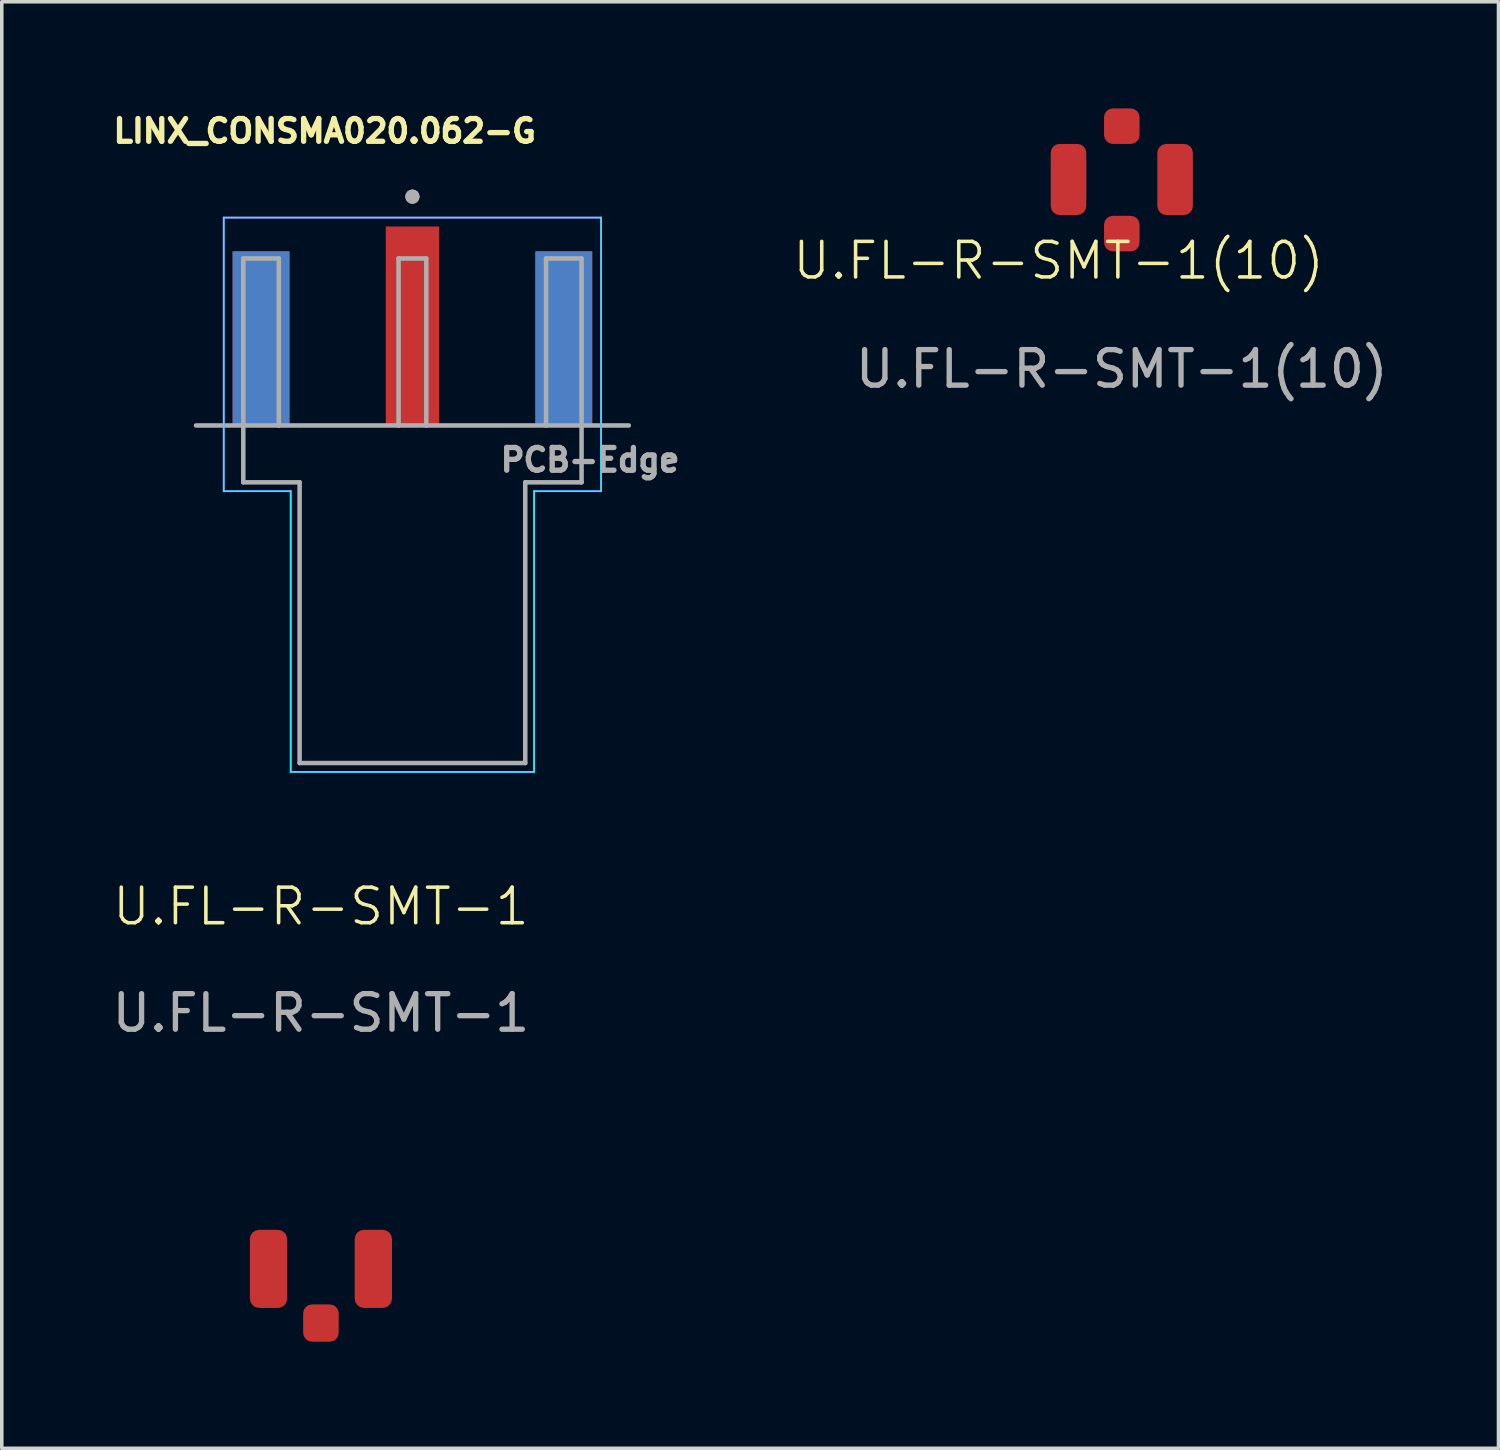
<source format=kicad_pcb>
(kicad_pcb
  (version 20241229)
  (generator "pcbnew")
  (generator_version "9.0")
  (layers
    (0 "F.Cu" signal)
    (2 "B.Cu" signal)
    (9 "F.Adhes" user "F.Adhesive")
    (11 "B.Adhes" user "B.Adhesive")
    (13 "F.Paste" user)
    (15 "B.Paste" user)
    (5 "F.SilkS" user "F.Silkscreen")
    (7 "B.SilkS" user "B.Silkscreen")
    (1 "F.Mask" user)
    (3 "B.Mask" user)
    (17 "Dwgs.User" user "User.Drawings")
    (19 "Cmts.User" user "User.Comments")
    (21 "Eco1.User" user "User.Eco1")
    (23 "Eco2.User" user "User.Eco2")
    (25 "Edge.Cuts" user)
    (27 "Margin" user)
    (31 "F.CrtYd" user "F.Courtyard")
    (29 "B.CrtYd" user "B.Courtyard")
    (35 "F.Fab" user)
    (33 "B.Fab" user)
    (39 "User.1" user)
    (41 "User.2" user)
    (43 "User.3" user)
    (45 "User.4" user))
  (footprint "LINX_CONSMA020.062-G"
    (layer "F.Cu")
    (at 8.557 8.924)
    (property "Reference" "LINX_CONSMA020.062-G" (at -2.468 -8.286 0) (layer "F.SilkS") (effects (font (size 0.64 0.64) (thickness 0.15))))
    (attr through_hole)
    (fp_circle (center 0 -6.44) (end 0.1 -6.44) (stroke (width 0.2) (type solid)) (fill no) (layer "F.SilkS"))
    (fp_line (start -5.31 -5.85) (end -5.31 1.85) (stroke (width 0.05) (type solid)) (layer "B.CrtYd"))
    (fp_line (start -5.31 1.85) (end -3.425 1.85) (stroke (width 0.05) (type solid)) (layer "B.CrtYd"))
    (fp_line (start -3.425 1.85) (end -3.425 9.75) (stroke (width 0.05) (type solid)) (layer "B.CrtYd"))
    (fp_line (start -3.425 9.75) (end 3.425 9.75) (stroke (width 0.05) (type solid)) (layer "B.CrtYd"))
    (fp_line (start 3.425 1.85) (end 3.425 9.75) (stroke (width 0.05) (type solid)) (layer "B.CrtYd"))
    (fp_line (start 5.31 -5.85) (end -5.31 -5.85) (stroke (width 0.05) (type solid)) (layer "B.CrtYd"))
    (fp_line (start 5.31 1.85) (end 3.425 1.85) (stroke (width 0.05) (type solid)) (layer "B.CrtYd"))
    (fp_line (start 5.31 1.85) (end 5.31 -5.85) (stroke (width 0.05) (type solid)) (layer "B.CrtYd"))
    (fp_line (start -5.31 -5.85) (end -5.31 1.85) (stroke (width 0.05) (type solid)) (layer "F.CrtYd"))
    (fp_line (start -5.31 1.85) (end -3.425 1.85) (stroke (width 0.05) (type solid)) (layer "F.CrtYd"))
    (fp_line (start -3.425 1.85) (end -3.425 9.75) (stroke (width 0.05) (type solid)) (layer "F.CrtYd"))
    (fp_line (start -3.425 9.75) (end 3.425 9.75) (stroke (width 0.05) (type solid)) (layer "F.CrtYd"))
    (fp_line (start 3.425 1.85) (end 3.425 9.75) (stroke (width 0.05) (type solid)) (layer "F.CrtYd"))
    (fp_line (start 5.31 -5.85) (end -5.31 -5.85) (stroke (width 0.05) (type solid)) (layer "F.CrtYd"))
    (fp_line (start 5.31 1.85) (end 3.425 1.85) (stroke (width 0.05) (type solid)) (layer "F.CrtYd"))
    (fp_line (start 5.31 1.85) (end 5.31 -5.85) (stroke (width 0.05) (type solid)) (layer "F.CrtYd"))
    (fp_line (start -6.09 0) (end -4.76 0) (stroke (width 0.127) (type solid)) (layer "F.Fab"))
    (fp_line (start -4.76 -4.7) (end -4.76 0) (stroke (width 0.127) (type solid)) (layer "F.Fab"))
    (fp_line (start -4.76 0) (end -3.76 0) (stroke (width 0.127) (type solid)) (layer "F.Fab"))
    (fp_line (start -4.76 1.6) (end -4.76 0) (stroke (width 0.127) (type solid)) (layer "F.Fab"))
    (fp_line (start -3.76 -4.7) (end -4.76 -4.7) (stroke (width 0.127) (type solid)) (layer "F.Fab"))
    (fp_line (start -3.76 0) (end -3.76 -4.7) (stroke (width 0.127) (type solid)) (layer "F.Fab"))
    (fp_line (start -3.76 0) (end -0.39 0) (stroke (width 0.127) (type solid)) (layer "F.Fab"))
    (fp_line (start -3.175 1.6) (end -4.76 1.6) (stroke (width 0.127) (type solid)) (layer "F.Fab"))
    (fp_line (start -3.175 1.6) (end -3.175 9.5) (stroke (width 0.127) (type solid)) (layer "F.Fab"))
    (fp_line (start -3.175 9.5) (end 3.175 9.5) (stroke (width 0.127) (type solid)) (layer "F.Fab"))
    (fp_line (start -0.39 -4.7) (end 0.39 -4.7) (stroke (width 0.127) (type solid)) (layer "F.Fab"))
    (fp_line (start -0.39 0) (end -0.39 -4.7) (stroke (width 0.127) (type solid)) (layer "F.Fab"))
    (fp_line (start -0.39 0) (end 0.39 0) (stroke (width 0.127) (type solid)) (layer "F.Fab"))
    (fp_line (start 0.39 -4.7) (end 0.39 0) (stroke (width 0.127) (type solid)) (layer "F.Fab"))
    (fp_line (start 0.39 0) (end 3.76 0) (stroke (width 0.127) (type solid)) (layer "F.Fab"))
    (fp_line (start 3.175 9.5) (end 3.175 1.6) (stroke (width 0.127) (type solid)) (layer "F.Fab"))
    (fp_line (start 3.76 -4.7) (end 4.76 -4.7) (stroke (width 0.127) (type solid)) (layer "F.Fab"))
    (fp_line (start 3.76 0) (end 3.76 -4.7) (stroke (width 0.127) (type solid)) (layer "F.Fab"))
    (fp_line (start 3.76 0) (end 4.76 0) (stroke (width 0.127) (type solid)) (layer "F.Fab"))
    (fp_line (start 4.76 -4.7) (end 4.76 0) (stroke (width 0.127) (type solid)) (layer "F.Fab"))
    (fp_line (start 4.76 0) (end 4.76 1.6) (stroke (width 0.127) (type solid)) (layer "F.Fab"))
    (fp_line (start 4.76 0) (end 6.09 0) (stroke (width 0.127) (type solid)) (layer "F.Fab"))
    (fp_line (start 4.76 1.6) (end 3.175 1.6) (stroke (width 0.127) (type solid)) (layer "F.Fab"))
    (fp_circle (center 0 -6.44) (end 0.1 -6.44) (stroke (width 0.2) (type solid)) (fill no) (layer "F.Fab"))
    (fp_text user "PCB-Edge" (at 5 0.97 0) (layer "F.Fab") (effects (font (size 0.64 0.64) (thickness 0.15))))
    (pad "1" smd rect (at 0 -2.8) (size 1.5 5.6) (layers "F.Cu" "F.Mask" "F.Paste"))
    (pad "2" smd rect (at -4.26 -2.45) (size 1.6 4.9) (layers "F.Cu" "F.Mask" "F.Paste"))
    (pad "2" smd rect (at -4.26 -2.45) (size 1.6 4.9) (layers "B.Cu" "B.Mask" "B.Paste"))
    (pad "2" smd rect (at 4.26 -2.45) (size 1.6 4.9) (layers "F.Cu" "F.Mask" "F.Paste"))
    (pad "2" smd rect (at 4.26 -2.45) (size 1.6 4.9) (layers "B.Cu" "B.Mask" "B.Paste")))
  (footprint "U.FL-R-SMT-1"
    (layer "F.Cu")
    (at 5.982 32.66)
    (property "Reference" "U.FL-R-SMT-1" (at 0 -10.2 0) (unlocked yes) (layer "F.SilkS") (effects (font (size 1 1) (thickness 0.1))))
    (attr smd)
    (fp_text user "${REFERENCE}" (at 0 -7.2 0) (unlocked yes) (layer "F.Fab") (effects (font (size 1 1) (thickness 0.15))))
    (pad "1" smd roundrect (at 0 1.525) (size 1 1.05) (layers "F.Cu" "F.Mask" "F.Paste") (roundrect_rratio 0.25))
    (pad "2" smd roundrect (at -1.475 0) (size 1.05 2.2) (layers "F.Cu" "F.Mask" "F.Paste") (roundrect_rratio 0.25))
    (pad "2" smd roundrect (at 1.475 0) (size 1.05 2.2) (layers "F.Cu" "F.Mask" "F.Paste") (roundrect_rratio 0.25)))
  (footprint "U.FL-R-SMT-1(10)"
    (layer "F.Cu")
    (at 28.521 2)
    (property "Reference" "U.FL-R-SMT-1(10)" (at -1.778 2.286 0) (unlocked yes) (layer "F.SilkS") (effects (font (size 1 1) (thickness 0.1))))
    (attr smd)
    (fp_text user "${REFERENCE}" (at 0 5.334 0) (unlocked yes) (layer "F.Fab") (effects (font (size 1 1) (thickness 0.15))))
    (pad "1" smd roundrect (at 0 -1.5) (size 1 1) (layers "F.Cu" "F.Mask" "F.Paste") (roundrect_rratio 0.25))
    (pad "2" smd roundrect (at -1.5 0) (size 1 2) (layers "F.Cu" "F.Mask" "F.Paste") (roundrect_rratio 0.25))
    (pad "2" smd roundrect (at 0 1.524) (size 1 1) (layers "F.Cu" "F.Mask" "F.Paste") (roundrect_rratio 0.25))
    (pad "2" smd roundrect (at 1.5 0) (size 1 2) (layers "F.Cu" "F.Mask" "F.Paste") (roundrect_rratio 0.25))
    (zone (net_name "") (layers "F.Cu" "F.SilkS") (name "Keep_out_inner_coax") (hatch edge 0.5) (connect_pads) (min_thickness 0.25) (filled_areas_thickness no) (keepout (tracks not_allowed) (vias not_allowed) (pads not_allowed) (copperpour not_allowed) (footprints not_allowed)) (placement (enabled no)) (fill) (polygon (pts (xy 27.505 0.984) (xy 29.537 0.984) (xy 29.537 3.016) (xy 27.505 3.016)))))
  (gr_rect
    (start -3 -3)
    (end 39.122 37.71)
    (stroke (width 0.1) (type default))
    (fill no)
    (layer "Edge.Cuts")))
</source>
